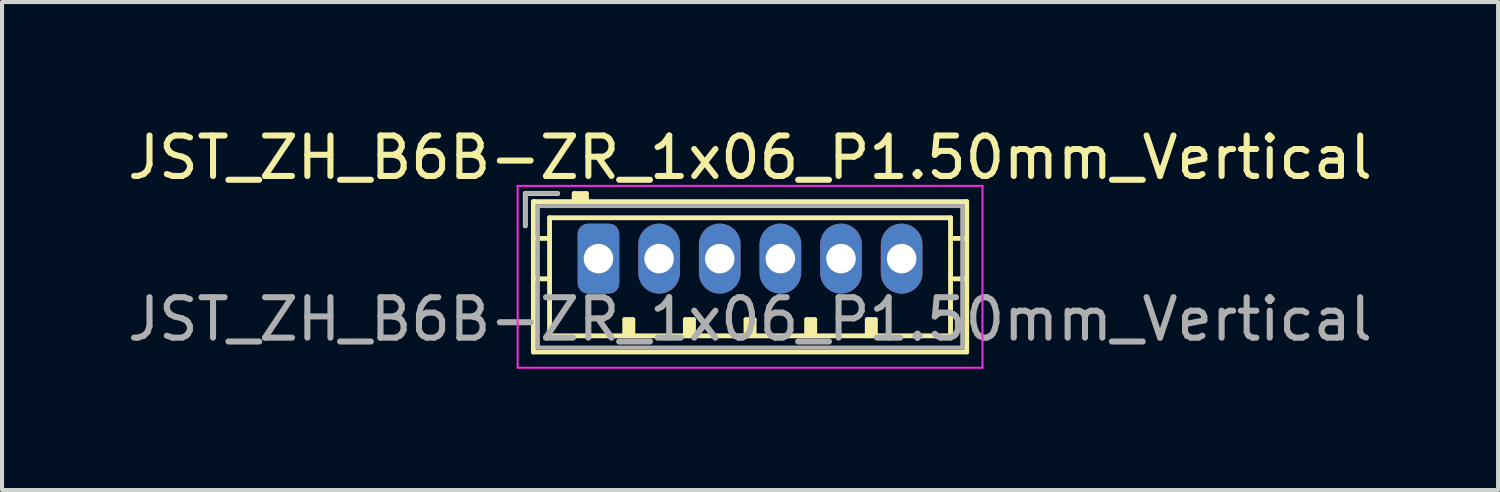
<source format=kicad_pcb>
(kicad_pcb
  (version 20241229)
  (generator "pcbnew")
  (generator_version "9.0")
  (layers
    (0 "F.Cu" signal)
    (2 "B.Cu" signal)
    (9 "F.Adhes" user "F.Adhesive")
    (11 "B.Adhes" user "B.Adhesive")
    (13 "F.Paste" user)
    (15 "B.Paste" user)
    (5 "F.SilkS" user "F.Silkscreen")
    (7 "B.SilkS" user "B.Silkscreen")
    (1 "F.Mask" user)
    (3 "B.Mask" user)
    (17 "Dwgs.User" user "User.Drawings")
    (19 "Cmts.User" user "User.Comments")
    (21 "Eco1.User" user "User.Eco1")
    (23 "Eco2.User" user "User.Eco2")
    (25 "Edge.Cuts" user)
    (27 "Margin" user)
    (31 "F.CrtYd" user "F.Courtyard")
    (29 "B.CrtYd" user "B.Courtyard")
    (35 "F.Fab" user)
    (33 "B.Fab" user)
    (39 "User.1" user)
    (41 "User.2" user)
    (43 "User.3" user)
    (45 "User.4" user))
  (footprint "JST_ZH_B6B-ZR_1x06_P1.50mm_Vertical"
    (layer "F.Cu")
    (at 11.756 3.348)
    (property "Reference" "JST_ZH_B6B-ZR_1x06_P1.50mm_Vertical" (at 3.75 -2.5 0) (layer "F.SilkS") (effects (font (size 1 1) (thickness 0.15))))
    (attr through_hole)
    (fp_line (start -1.81 -1.61) (end -1.81 -0.81) (stroke (width 0.12) (type solid)) (layer "F.SilkS"))
    (fp_line (start -1.61 -1.41) (end -1.61 2.31) (stroke (width 0.12) (type solid)) (layer "F.SilkS"))
    (fp_line (start -1.61 -0.5) (end -1.21 -0.5) (stroke (width 0.12) (type solid)) (layer "F.SilkS"))
    (fp_line (start -1.61 0.5) (end -1.21 0.5) (stroke (width 0.12) (type solid)) (layer "F.SilkS"))
    (fp_line (start -1.61 2.31) (end 9.11 2.31) (stroke (width 0.12) (type solid)) (layer "F.SilkS"))
    (fp_line (start -1.21 -1.01) (end -1.21 1.91) (stroke (width 0.12) (type solid)) (layer "F.SilkS"))
    (fp_line (start -1.21 1.91) (end 8.71 1.91) (stroke (width 0.12) (type solid)) (layer "F.SilkS"))
    (fp_line (start -1.01 -1.61) (end -1.81 -1.61) (stroke (width 0.12) (type solid)) (layer "F.SilkS"))
    (fp_line (start -0.6 -1.61) (end -0.6 -1.41) (stroke (width 0.12) (type solid)) (layer "F.SilkS"))
    (fp_line (start -0.3 -1.61) (end -0.6 -1.61) (stroke (width 0.12) (type solid)) (layer "F.SilkS"))
    (fp_line (start -0.3 -1.51) (end -0.6 -1.51) (stroke (width 0.12) (type solid)) (layer "F.SilkS"))
    (fp_line (start -0.3 -1.41) (end -0.3 -1.61) (stroke (width 0.12) (type solid)) (layer "F.SilkS"))
    (fp_line (start 0.65 1.51) (end 0.85 1.51) (stroke (width 0.12) (type solid)) (layer "F.SilkS"))
    (fp_line (start 0.65 1.91) (end 0.65 1.51) (stroke (width 0.12) (type solid)) (layer "F.SilkS"))
    (fp_line (start 0.75 1.91) (end 0.75 1.51) (stroke (width 0.12) (type solid)) (layer "F.SilkS"))
    (fp_line (start 0.85 1.51) (end 0.85 1.91) (stroke (width 0.12) (type solid)) (layer "F.SilkS"))
    (fp_line (start 2.15 1.51) (end 2.35 1.51) (stroke (width 0.12) (type solid)) (layer "F.SilkS"))
    (fp_line (start 2.15 1.91) (end 2.15 1.51) (stroke (width 0.12) (type solid)) (layer "F.SilkS"))
    (fp_line (start 2.25 1.91) (end 2.25 1.51) (stroke (width 0.12) (type solid)) (layer "F.SilkS"))
    (fp_line (start 2.35 1.51) (end 2.35 1.91) (stroke (width 0.12) (type solid)) (layer "F.SilkS"))
    (fp_line (start 3.65 1.51) (end 3.85 1.51) (stroke (width 0.12) (type solid)) (layer "F.SilkS"))
    (fp_line (start 3.65 1.91) (end 3.65 1.51) (stroke (width 0.12) (type solid)) (layer "F.SilkS"))
    (fp_line (start 3.75 1.91) (end 3.75 1.51) (stroke (width 0.12) (type solid)) (layer "F.SilkS"))
    (fp_line (start 3.85 1.51) (end 3.85 1.91) (stroke (width 0.12) (type solid)) (layer "F.SilkS"))
    (fp_line (start 5.15 1.51) (end 5.35 1.51) (stroke (width 0.12) (type solid)) (layer "F.SilkS"))
    (fp_line (start 5.15 1.91) (end 5.15 1.51) (stroke (width 0.12) (type solid)) (layer "F.SilkS"))
    (fp_line (start 5.25 1.91) (end 5.25 1.51) (stroke (width 0.12) (type solid)) (layer "F.SilkS"))
    (fp_line (start 5.35 1.51) (end 5.35 1.91) (stroke (width 0.12) (type solid)) (layer "F.SilkS"))
    (fp_line (start 6.65 1.51) (end 6.85 1.51) (stroke (width 0.12) (type solid)) (layer "F.SilkS"))
    (fp_line (start 6.65 1.91) (end 6.65 1.51) (stroke (width 0.12) (type solid)) (layer "F.SilkS"))
    (fp_line (start 6.75 1.91) (end 6.75 1.51) (stroke (width 0.12) (type solid)) (layer "F.SilkS"))
    (fp_line (start 6.85 1.51) (end 6.85 1.91) (stroke (width 0.12) (type solid)) (layer "F.SilkS"))
    (fp_line (start 8.71 -1.01) (end -1.21 -1.01) (stroke (width 0.12) (type solid)) (layer "F.SilkS"))
    (fp_line (start 8.71 1.91) (end 8.71 -1.01) (stroke (width 0.12) (type solid)) (layer "F.SilkS"))
    (fp_line (start 9.11 -1.41) (end -1.61 -1.41) (stroke (width 0.12) (type solid)) (layer "F.SilkS"))
    (fp_line (start 9.11 -0.5) (end 8.71 -0.5) (stroke (width 0.12) (type solid)) (layer "F.SilkS"))
    (fp_line (start 9.11 0.5) (end 8.71 0.5) (stroke (width 0.12) (type solid)) (layer "F.SilkS"))
    (fp_line (start 9.11 2.31) (end 9.11 -1.41) (stroke (width 0.12) (type solid)) (layer "F.SilkS"))
    (fp_line (start -2 -1.8) (end -2 2.7) (stroke (width 0.05) (type solid)) (layer "F.CrtYd"))
    (fp_line (start -2 2.7) (end 9.5 2.7) (stroke (width 0.05) (type solid)) (layer "F.CrtYd"))
    (fp_line (start 9.5 -1.8) (end -2 -1.8) (stroke (width 0.05) (type solid)) (layer "F.CrtYd"))
    (fp_line (start 9.5 2.7) (end 9.5 -1.8) (stroke (width 0.05) (type solid)) (layer "F.CrtYd"))
    (fp_line (start -1.81 -1.61) (end -1.81 -0.81) (stroke (width 0.1) (type solid)) (layer "F.Fab"))
    (fp_line (start -1.5 -1.3) (end -1.5 2.2) (stroke (width 0.1) (type solid)) (layer "F.Fab"))
    (fp_line (start -1.5 2.2) (end 9 2.2) (stroke (width 0.1) (type solid)) (layer "F.Fab"))
    (fp_line (start -1.01 -1.61) (end -1.81 -1.61) (stroke (width 0.1) (type solid)) (layer "F.Fab"))
    (fp_line (start 9 -1.3) (end -1.5 -1.3) (stroke (width 0.1) (type solid)) (layer "F.Fab"))
    (fp_line (start 9 2.2) (end 9 -1.3) (stroke (width 0.1) (type solid)) (layer "F.Fab"))
    (fp_text user "${REFERENCE}" (at 3.75 1.5 0) (layer "F.Fab") (effects (font (size 1 1) (thickness 0.15))))
    (pad "1" thru_hole roundrect (at 0 0) (size 1.03 1.73) (drill 0.73) (layers "*.Cu" "*.Mask") (roundrect_rratio 0.243))
    (pad "2" thru_hole oval (at 1.5 0) (size 1.03 1.73) (drill 0.73) (layers "*.Cu" "*.Mask"))
    (pad "3" thru_hole oval (at 3 0) (size 1.03 1.73) (drill 0.73) (layers "*.Cu" "*.Mask"))
    (pad "4" thru_hole oval (at 4.5 0) (size 1.03 1.73) (drill 0.73) (layers "*.Cu" "*.Mask"))
    (pad "5" thru_hole oval (at 6 0) (size 1.03 1.73) (drill 0.73) (layers "*.Cu" "*.Mask"))
    (pad "6" thru_hole oval (at 7.5 0) (size 1.03 1.73) (drill 0.73) (layers "*.Cu" "*.Mask")))
  (gr_rect
    (start -3 -3)
    (end 34.012 9.073)
    (stroke (width 0.1) (type default))
    (fill no)
    (layer "Edge.Cuts")))
</source>
